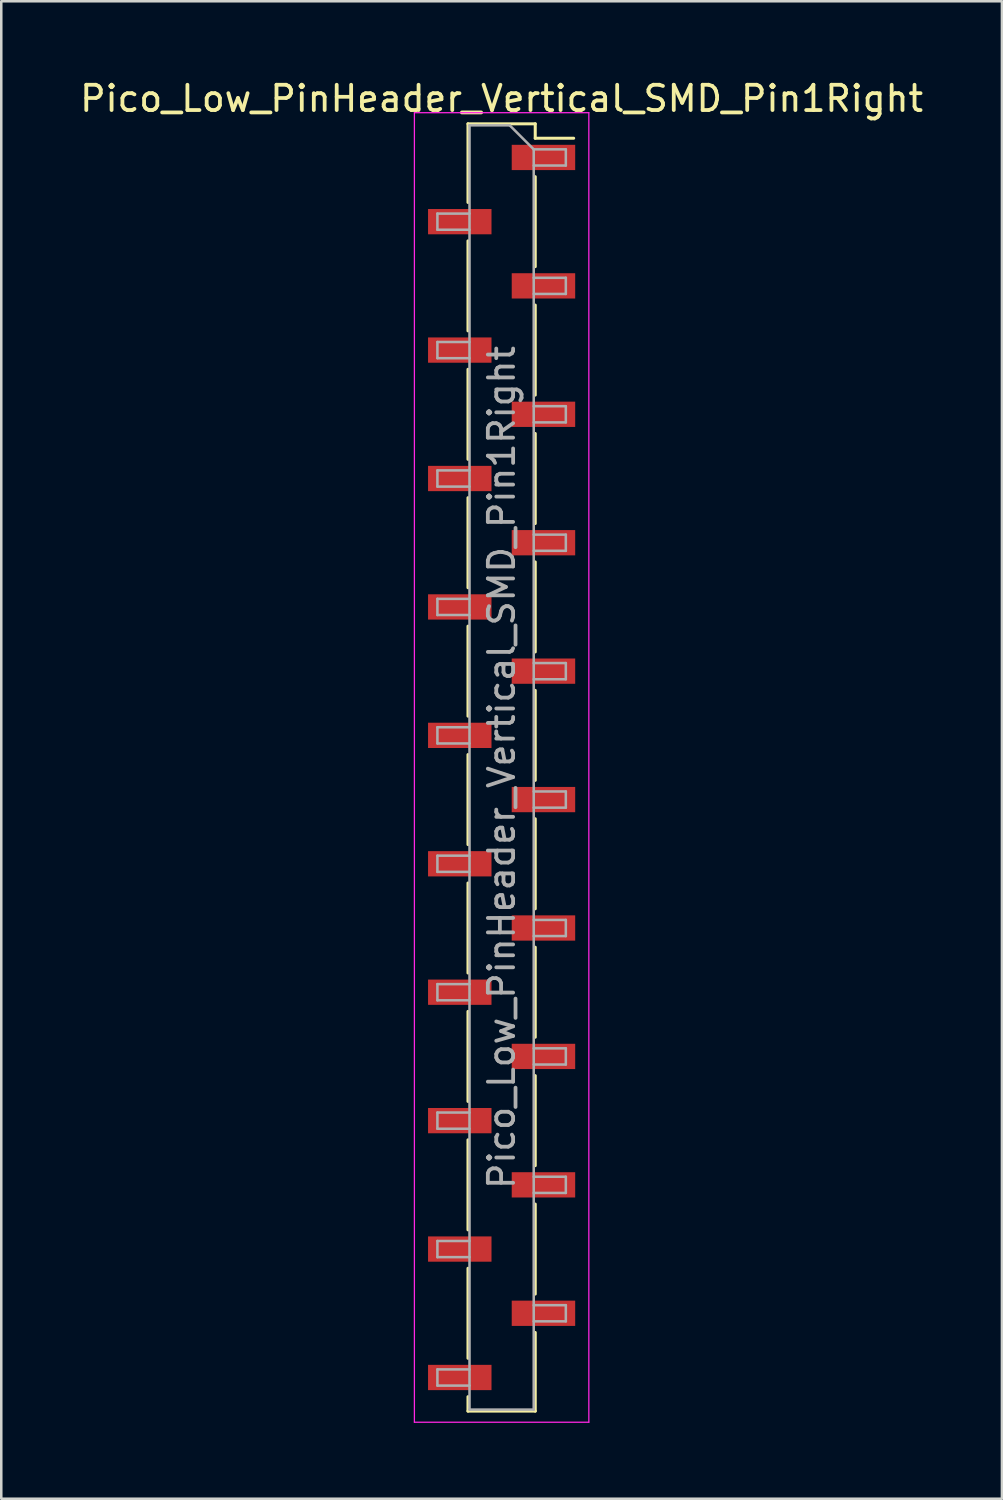
<source format=kicad_pcb>
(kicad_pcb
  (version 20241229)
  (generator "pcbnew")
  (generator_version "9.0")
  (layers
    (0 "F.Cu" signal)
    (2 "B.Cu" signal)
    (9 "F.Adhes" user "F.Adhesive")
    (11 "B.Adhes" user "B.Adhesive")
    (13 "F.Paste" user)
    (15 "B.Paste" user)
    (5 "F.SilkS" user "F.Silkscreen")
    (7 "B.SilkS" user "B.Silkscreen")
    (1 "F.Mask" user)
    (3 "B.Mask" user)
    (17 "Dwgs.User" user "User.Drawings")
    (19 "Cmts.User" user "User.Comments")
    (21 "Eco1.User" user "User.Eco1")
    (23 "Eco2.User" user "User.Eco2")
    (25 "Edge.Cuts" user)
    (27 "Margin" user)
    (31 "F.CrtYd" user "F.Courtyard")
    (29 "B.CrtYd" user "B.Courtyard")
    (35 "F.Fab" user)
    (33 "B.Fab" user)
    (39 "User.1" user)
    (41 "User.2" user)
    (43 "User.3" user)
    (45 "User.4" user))
  (footprint "Pico_Low_PinHeader_Vertical_SMD_Pin1Right"
    (layer "F.Cu")
    (at 25.682 27.308)
    (property "Reference" "Pico_Low_PinHeader_Vertical_SMD_Pin1Right" (at -8.89 -26.46 0) (layer "F.SilkS") (effects (font (size 1 1) (thickness 0.15))))
    (attr smd)
    (fp_line (start -10.22 -25.46) (end -10.22 -22.35) (stroke (width 0.12) (type solid)) (layer "F.SilkS"))
    (fp_line (start -10.22 -25.46) (end -7.56 -25.46) (stroke (width 0.12) (type solid)) (layer "F.SilkS"))
    (fp_line (start -10.22 -20.83) (end -10.22 -17.27) (stroke (width 0.12) (type solid)) (layer "F.SilkS"))
    (fp_line (start -10.22 -15.75) (end -10.22 -12.19) (stroke (width 0.12) (type solid)) (layer "F.SilkS"))
    (fp_line (start -10.22 -10.67) (end -10.22 -7.11) (stroke (width 0.12) (type solid)) (layer "F.SilkS"))
    (fp_line (start -10.22 -5.59) (end -10.22 -2.03) (stroke (width 0.12) (type solid)) (layer "F.SilkS"))
    (fp_line (start -10.22 -0.51) (end -10.22 3.05) (stroke (width 0.12) (type solid)) (layer "F.SilkS"))
    (fp_line (start -10.22 4.57) (end -10.22 8.13) (stroke (width 0.12) (type solid)) (layer "F.SilkS"))
    (fp_line (start -10.22 9.65) (end -10.22 13.21) (stroke (width 0.12) (type solid)) (layer "F.SilkS"))
    (fp_line (start -10.22 14.73) (end -10.22 18.29) (stroke (width 0.12) (type solid)) (layer "F.SilkS"))
    (fp_line (start -10.22 19.81) (end -10.22 23.37) (stroke (width 0.12) (type solid)) (layer "F.SilkS"))
    (fp_line (start -10.22 24.89) (end -10.22 25.46) (stroke (width 0.12) (type solid)) (layer "F.SilkS"))
    (fp_line (start -10.22 25.46) (end -7.56 25.46) (stroke (width 0.12) (type solid)) (layer "F.SilkS"))
    (fp_line (start -7.56 -25.46) (end -7.56 -24.89) (stroke (width 0.12) (type solid)) (layer "F.SilkS"))
    (fp_line (start -7.56 -24.89) (end -6.04 -24.89) (stroke (width 0.12) (type solid)) (layer "F.SilkS"))
    (fp_line (start -7.56 -23.37) (end -7.56 -19.81) (stroke (width 0.12) (type solid)) (layer "F.SilkS"))
    (fp_line (start -7.56 -18.29) (end -7.56 -14.73) (stroke (width 0.12) (type solid)) (layer "F.SilkS"))
    (fp_line (start -7.56 -13.21) (end -7.56 -9.65) (stroke (width 0.12) (type solid)) (layer "F.SilkS"))
    (fp_line (start -7.56 -8.13) (end -7.56 -4.57) (stroke (width 0.12) (type solid)) (layer "F.SilkS"))
    (fp_line (start -7.56 -3.05) (end -7.56 0.51) (stroke (width 0.12) (type solid)) (layer "F.SilkS"))
    (fp_line (start -7.56 2.03) (end -7.56 5.59) (stroke (width 0.12) (type solid)) (layer "F.SilkS"))
    (fp_line (start -7.56 7.11) (end -7.56 10.67) (stroke (width 0.12) (type solid)) (layer "F.SilkS"))
    (fp_line (start -7.56 12.19) (end -7.56 15.75) (stroke (width 0.12) (type solid)) (layer "F.SilkS"))
    (fp_line (start -7.56 17.27) (end -7.56 20.83) (stroke (width 0.12) (type solid)) (layer "F.SilkS"))
    (fp_line (start -7.56 22.35) (end -7.56 25.46) (stroke (width 0.12) (type solid)) (layer "F.SilkS"))
    (fp_line (start -12.34 -25.9) (end -12.34 25.9) (stroke (width 0.05) (type solid)) (layer "F.CrtYd"))
    (fp_line (start -12.34 25.9) (end -5.44 25.9) (stroke (width 0.05) (type solid)) (layer "F.CrtYd"))
    (fp_line (start -5.44 -25.9) (end -12.34 -25.9) (stroke (width 0.05) (type solid)) (layer "F.CrtYd"))
    (fp_line (start -5.44 25.9) (end -5.44 -25.9) (stroke (width 0.05) (type solid)) (layer "F.CrtYd"))
    (fp_line (start -11.43 -21.91) (end -11.43 -21.27) (stroke (width 0.1) (type solid)) (layer "F.Fab"))
    (fp_line (start -11.43 -21.27) (end -10.16 -21.27) (stroke (width 0.1) (type solid)) (layer "F.Fab"))
    (fp_line (start -11.43 -16.83) (end -11.43 -16.19) (stroke (width 0.1) (type solid)) (layer "F.Fab"))
    (fp_line (start -11.43 -16.19) (end -10.16 -16.19) (stroke (width 0.1) (type solid)) (layer "F.Fab"))
    (fp_line (start -11.43 -11.75) (end -11.43 -11.11) (stroke (width 0.1) (type solid)) (layer "F.Fab"))
    (fp_line (start -11.43 -11.11) (end -10.16 -11.11) (stroke (width 0.1) (type solid)) (layer "F.Fab"))
    (fp_line (start -11.43 -6.67) (end -11.43 -6.03) (stroke (width 0.1) (type solid)) (layer "F.Fab"))
    (fp_line (start -11.43 -6.03) (end -10.16 -6.03) (stroke (width 0.1) (type solid)) (layer "F.Fab"))
    (fp_line (start -11.43 -1.59) (end -11.43 -0.95) (stroke (width 0.1) (type solid)) (layer "F.Fab"))
    (fp_line (start -11.43 -0.95) (end -10.16 -0.95) (stroke (width 0.1) (type solid)) (layer "F.Fab"))
    (fp_line (start -11.43 3.49) (end -11.43 4.13) (stroke (width 0.1) (type solid)) (layer "F.Fab"))
    (fp_line (start -11.43 4.13) (end -10.16 4.13) (stroke (width 0.1) (type solid)) (layer "F.Fab"))
    (fp_line (start -11.43 8.57) (end -11.43 9.21) (stroke (width 0.1) (type solid)) (layer "F.Fab"))
    (fp_line (start -11.43 9.21) (end -10.16 9.21) (stroke (width 0.1) (type solid)) (layer "F.Fab"))
    (fp_line (start -11.43 13.65) (end -11.43 14.29) (stroke (width 0.1) (type solid)) (layer "F.Fab"))
    (fp_line (start -11.43 14.29) (end -10.16 14.29) (stroke (width 0.1) (type solid)) (layer "F.Fab"))
    (fp_line (start -11.43 18.73) (end -11.43 19.37) (stroke (width 0.1) (type solid)) (layer "F.Fab"))
    (fp_line (start -11.43 19.37) (end -10.16 19.37) (stroke (width 0.1) (type solid)) (layer "F.Fab"))
    (fp_line (start -11.43 23.81) (end -11.43 24.45) (stroke (width 0.1) (type solid)) (layer "F.Fab"))
    (fp_line (start -11.43 24.45) (end -10.16 24.45) (stroke (width 0.1) (type solid)) (layer "F.Fab"))
    (fp_line (start -10.16 -25.4) (end -10.16 25.4) (stroke (width 0.1) (type solid)) (layer "F.Fab"))
    (fp_line (start -10.16 -25.4) (end -8.57 -25.4) (stroke (width 0.1) (type solid)) (layer "F.Fab"))
    (fp_line (start -10.16 -21.91) (end -11.43 -21.91) (stroke (width 0.1) (type solid)) (layer "F.Fab"))
    (fp_line (start -10.16 -16.83) (end -11.43 -16.83) (stroke (width 0.1) (type solid)) (layer "F.Fab"))
    (fp_line (start -10.16 -11.75) (end -11.43 -11.75) (stroke (width 0.1) (type solid)) (layer "F.Fab"))
    (fp_line (start -10.16 -6.67) (end -11.43 -6.67) (stroke (width 0.1) (type solid)) (layer "F.Fab"))
    (fp_line (start -10.16 -1.59) (end -11.43 -1.59) (stroke (width 0.1) (type solid)) (layer "F.Fab"))
    (fp_line (start -10.16 3.49) (end -11.43 3.49) (stroke (width 0.1) (type solid)) (layer "F.Fab"))
    (fp_line (start -10.16 8.57) (end -11.43 8.57) (stroke (width 0.1) (type solid)) (layer "F.Fab"))
    (fp_line (start -10.16 13.65) (end -11.43 13.65) (stroke (width 0.1) (type solid)) (layer "F.Fab"))
    (fp_line (start -10.16 18.73) (end -11.43 18.73) (stroke (width 0.1) (type solid)) (layer "F.Fab"))
    (fp_line (start -10.16 23.81) (end -11.43 23.81) (stroke (width 0.1) (type solid)) (layer "F.Fab"))
    (fp_line (start -7.62 -24.45) (end -8.57 -25.4) (stroke (width 0.1) (type solid)) (layer "F.Fab"))
    (fp_line (start -7.62 -24.45) (end -6.35 -24.45) (stroke (width 0.1) (type solid)) (layer "F.Fab"))
    (fp_line (start -7.62 -19.37) (end -6.35 -19.37) (stroke (width 0.1) (type solid)) (layer "F.Fab"))
    (fp_line (start -7.62 -14.29) (end -6.35 -14.29) (stroke (width 0.1) (type solid)) (layer "F.Fab"))
    (fp_line (start -7.62 -9.21) (end -6.35 -9.21) (stroke (width 0.1) (type solid)) (layer "F.Fab"))
    (fp_line (start -7.62 -4.13) (end -6.35 -4.13) (stroke (width 0.1) (type solid)) (layer "F.Fab"))
    (fp_line (start -7.62 0.95) (end -6.35 0.95) (stroke (width 0.1) (type solid)) (layer "F.Fab"))
    (fp_line (start -7.62 6.03) (end -6.35 6.03) (stroke (width 0.1) (type solid)) (layer "F.Fab"))
    (fp_line (start -7.62 11.11) (end -6.35 11.11) (stroke (width 0.1) (type solid)) (layer "F.Fab"))
    (fp_line (start -7.62 16.19) (end -6.35 16.19) (stroke (width 0.1) (type solid)) (layer "F.Fab"))
    (fp_line (start -7.62 21.27) (end -6.35 21.27) (stroke (width 0.1) (type solid)) (layer "F.Fab"))
    (fp_line (start -7.62 25.4) (end -10.16 25.4) (stroke (width 0.1) (type solid)) (layer "F.Fab"))
    (fp_line (start -7.62 25.4) (end -7.62 -24.45) (stroke (width 0.1) (type solid)) (layer "F.Fab"))
    (fp_line (start -6.35 -24.45) (end -6.35 -23.81) (stroke (width 0.1) (type solid)) (layer "F.Fab"))
    (fp_line (start -6.35 -23.81) (end -7.62 -23.81) (stroke (width 0.1) (type solid)) (layer "F.Fab"))
    (fp_line (start -6.35 -19.37) (end -6.35 -18.73) (stroke (width 0.1) (type solid)) (layer "F.Fab"))
    (fp_line (start -6.35 -18.73) (end -7.62 -18.73) (stroke (width 0.1) (type solid)) (layer "F.Fab"))
    (fp_line (start -6.35 -14.29) (end -6.35 -13.65) (stroke (width 0.1) (type solid)) (layer "F.Fab"))
    (fp_line (start -6.35 -13.65) (end -7.62 -13.65) (stroke (width 0.1) (type solid)) (layer "F.Fab"))
    (fp_line (start -6.35 -9.21) (end -6.35 -8.57) (stroke (width 0.1) (type solid)) (layer "F.Fab"))
    (fp_line (start -6.35 -8.57) (end -7.62 -8.57) (stroke (width 0.1) (type solid)) (layer "F.Fab"))
    (fp_line (start -6.35 -4.13) (end -6.35 -3.49) (stroke (width 0.1) (type solid)) (layer "F.Fab"))
    (fp_line (start -6.35 -3.49) (end -7.62 -3.49) (stroke (width 0.1) (type solid)) (layer "F.Fab"))
    (fp_line (start -6.35 0.95) (end -6.35 1.59) (stroke (width 0.1) (type solid)) (layer "F.Fab"))
    (fp_line (start -6.35 1.59) (end -7.62 1.59) (stroke (width 0.1) (type solid)) (layer "F.Fab"))
    (fp_line (start -6.35 6.03) (end -6.35 6.67) (stroke (width 0.1) (type solid)) (layer "F.Fab"))
    (fp_line (start -6.35 6.67) (end -7.62 6.67) (stroke (width 0.1) (type solid)) (layer "F.Fab"))
    (fp_line (start -6.35 11.11) (end -6.35 11.75) (stroke (width 0.1) (type solid)) (layer "F.Fab"))
    (fp_line (start -6.35 11.75) (end -7.62 11.75) (stroke (width 0.1) (type solid)) (layer "F.Fab"))
    (fp_line (start -6.35 16.19) (end -6.35 16.83) (stroke (width 0.1) (type solid)) (layer "F.Fab"))
    (fp_line (start -6.35 16.83) (end -7.62 16.83) (stroke (width 0.1) (type solid)) (layer "F.Fab"))
    (fp_line (start -6.35 21.27) (end -6.35 21.91) (stroke (width 0.1) (type solid)) (layer "F.Fab"))
    (fp_line (start -6.35 21.91) (end -7.62 21.91) (stroke (width 0.1) (type solid)) (layer "F.Fab"))
    (fp_text user "${REFERENCE}" (at -8.89 0 90) (layer "F.Fab") (effects (font (size 1 1) (thickness 0.15))))
    (pad "1" smd rect (at -7.235 -24.13) (size 2.51 1) (layers "F.Cu" "F.Mask" "F.Paste"))
    (pad "2" smd rect (at -10.545 -21.59) (size 2.51 1) (layers "F.Cu" "F.Mask" "F.Paste"))
    (pad "3" smd rect (at -7.235 -19.05) (size 2.51 1) (layers "F.Cu" "F.Mask" "F.Paste"))
    (pad "4" smd rect (at -10.545 -16.51) (size 2.51 1) (layers "F.Cu" "F.Mask" "F.Paste"))
    (pad "5" smd rect (at -7.235 -13.97) (size 2.51 1) (layers "F.Cu" "F.Mask" "F.Paste"))
    (pad "6" smd rect (at -10.545 -11.43) (size 2.51 1) (layers "F.Cu" "F.Mask" "F.Paste"))
    (pad "7" smd rect (at -7.235 -8.89) (size 2.51 1) (layers "F.Cu" "F.Mask" "F.Paste"))
    (pad "8" smd rect (at -10.545 -6.35) (size 2.51 1) (layers "F.Cu" "F.Mask" "F.Paste"))
    (pad "9" smd rect (at -7.235 -3.81) (size 2.51 1) (layers "F.Cu" "F.Mask" "F.Paste"))
    (pad "10" smd rect (at -10.545 -1.27) (size 2.51 1) (layers "F.Cu" "F.Mask" "F.Paste"))
    (pad "11" smd rect (at -7.235 1.27) (size 2.51 1) (layers "F.Cu" "F.Mask" "F.Paste"))
    (pad "12" smd rect (at -10.545 3.81) (size 2.51 1) (layers "F.Cu" "F.Mask" "F.Paste"))
    (pad "13" smd rect (at -7.235 6.35) (size 2.51 1) (layers "F.Cu" "F.Mask" "F.Paste"))
    (pad "14" smd rect (at -10.545 8.89) (size 2.51 1) (layers "F.Cu" "F.Mask" "F.Paste"))
    (pad "15" smd rect (at -7.235 11.43) (size 2.51 1) (layers "F.Cu" "F.Mask" "F.Paste"))
    (pad "16" smd rect (at -10.545 13.97) (size 2.51 1) (layers "F.Cu" "F.Mask" "F.Paste"))
    (pad "17" smd rect (at -7.235 16.51) (size 2.51 1) (layers "F.Cu" "F.Mask" "F.Paste"))
    (pad "18" smd rect (at -10.545 19.05) (size 2.51 1) (layers "F.Cu" "F.Mask" "F.Paste"))
    (pad "19" smd rect (at -7.235 21.59) (size 2.51 1) (layers "F.Cu" "F.Mask" "F.Paste"))
    (pad "20" smd rect (at -10.545 24.13) (size 2.51 1) (layers "F.Cu" "F.Mask" "F.Paste")))
  (gr_rect
    (start -3 -3)
    (end 36.583 56.233)
    (stroke (width 0.1) (type default))
    (fill no)
    (layer "Edge.Cuts")))
</source>
